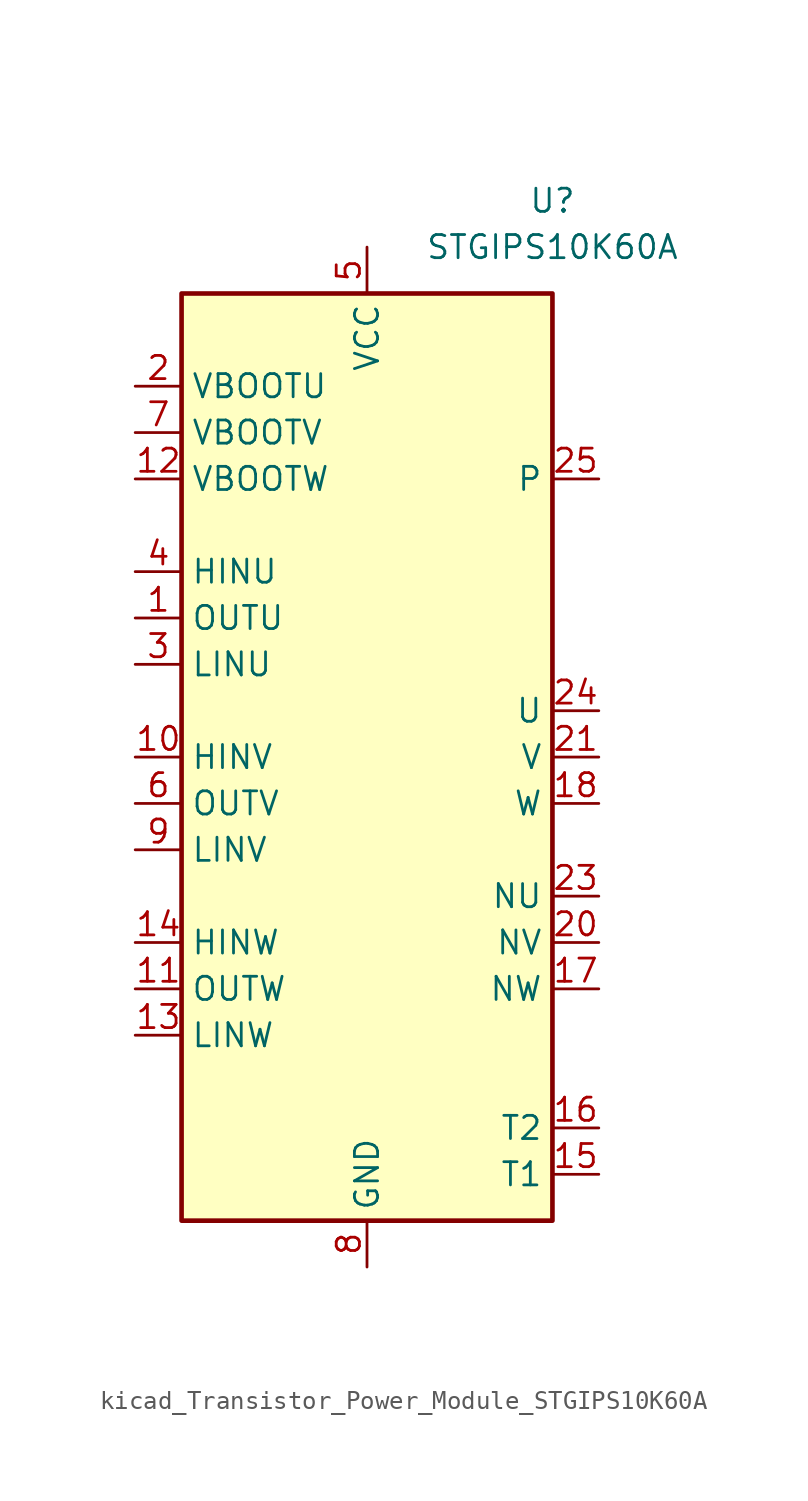
<source format=kicad_sym>
(kicad_symbol_lib
  (version 20220914)
  (generator kicad_symbol_editor)
  (symbol "kicad_Transistor_Power_Module_STGIPS10K60A"
    (property "Reference" "U"
      (at 10.16 30.48 0)
      (effects (font (size 1.27 1.27))))
    (property "Value" "STGIPS10K60A"
      (at 10.16 27.94 0)
      (effects (font (size 1.27 1.27))))
    (symbol "kicad_Transistor_Power_Module_STGIPS10K60A_0_1"
      (rectangle (start -10.16 25.4) (end 10.16 -25.4) (stroke (width 0.254) (type default)) (fill (type background))))
    (symbol "kicad_Transistor_Power_Module_STGIPS10K60A_1_1"
      (pin output line (at -12.7 7.62 0) (length 2.54) (name "OUTU" (effects (font (size 1.27 1.27)))) (number "1" (effects (font (size 1.27 1.27)))))
      (pin input line (at -12.7 0 0) (length 2.54) (name "HINV" (effects (font (size 1.27 1.27)))) (number "10" (effects (font (size 1.27 1.27)))))
      (pin output line (at -12.7 -12.7 0) (length 2.54) (name "OUTW" (effects (font (size 1.27 1.27)))) (number "11" (effects (font (size 1.27 1.27)))))
      (pin passive line (at -12.7 15.24 0) (length 2.54) (name "VBOOTW" (effects (font (size 1.27 1.27)))) (number "12" (effects (font (size 1.27 1.27)))))
      (pin input line (at -12.7 -15.24 0) (length 2.54) (name "LINW" (effects (font (size 1.27 1.27)))) (number "13" (effects (font (size 1.27 1.27)))))
      (pin input line (at -12.7 -10.16 0) (length 2.54) (name "HINW" (effects (font (size 1.27 1.27)))) (number "14" (effects (font (size 1.27 1.27)))))
      (pin passive line (at 12.7 -22.86 180) (length 2.54) (name "T1" (effects (font (size 1.27 1.27)))) (number "15" (effects (font (size 1.27 1.27)))))
      (pin passive line (at 12.7 -20.32 180) (length 2.54) (name "T2" (effects (font (size 1.27 1.27)))) (number "16" (effects (font (size 1.27 1.27)))))
      (pin passive line (at 12.7 -12.7 180) (length 2.54) (name "NW" (effects (font (size 1.27 1.27)))) (number "17" (effects (font (size 1.27 1.27)))))
      (pin passive line (at 12.7 -2.54 180) (length 2.54) (name "W" (effects (font (size 1.27 1.27)))) (number "18" (effects (font (size 1.27 1.27)))))
      (pin passive line (at 12.7 15.24 180) (length 2.54) hide (name "P" (effects (font (size 1.27 1.27)))) (number "19" (effects (font (size 1.27 1.27)))))
      (pin passive line (at -12.7 20.32 0) (length 2.54) (name "VBOOTU" (effects (font (size 1.27 1.27)))) (number "2" (effects (font (size 1.27 1.27)))))
      (pin passive line (at 12.7 -10.16 180) (length 2.54) (name "NV" (effects (font (size 1.27 1.27)))) (number "20" (effects (font (size 1.27 1.27)))))
      (pin passive line (at 12.7 0 180) (length 2.54) (name "V" (effects (font (size 1.27 1.27)))) (number "21" (effects (font (size 1.27 1.27)))))
      (pin passive line (at 12.7 15.24 180) (length 2.54) hide (name "P" (effects (font (size 1.27 1.27)))) (number "22" (effects (font (size 1.27 1.27)))))
      (pin passive line (at 12.7 -7.62 180) (length 2.54) (name "NU" (effects (font (size 1.27 1.27)))) (number "23" (effects (font (size 1.27 1.27)))))
      (pin passive line (at 12.7 2.54 180) (length 2.54) (name "U" (effects (font (size 1.27 1.27)))) (number "24" (effects (font (size 1.27 1.27)))))
      (pin passive line (at 12.7 15.24 180) (length 2.54) (name "P" (effects (font (size 1.27 1.27)))) (number "25" (effects (font (size 1.27 1.27)))))
      (pin input line (at -12.7 5.08 0) (length 2.54) (name "LINU" (effects (font (size 1.27 1.27)))) (number "3" (effects (font (size 1.27 1.27)))))
      (pin input line (at -12.7 10.16 0) (length 2.54) (name "HINU" (effects (font (size 1.27 1.27)))) (number "4" (effects (font (size 1.27 1.27)))))
      (pin power_in line (at 0 27.94 270) (length 2.54) (name "VCC" (effects (font (size 1.27 1.27)))) (number "5" (effects (font (size 1.27 1.27)))))
      (pin output line (at -12.7 -2.54 0) (length 2.54) (name "OUTV" (effects (font (size 1.27 1.27)))) (number "6" (effects (font (size 1.27 1.27)))))
      (pin passive line (at -12.7 17.78 0) (length 2.54) (name "VBOOTV" (effects (font (size 1.27 1.27)))) (number "7" (effects (font (size 1.27 1.27)))))
      (pin power_in line (at 0 -27.94 90) (length 2.54) (name "GND" (effects (font (size 1.27 1.27)))) (number "8" (effects (font (size 1.27 1.27)))))
      (pin input line (at -12.7 -5.08 0) (length 2.54) (name "LINV" (effects (font (size 1.27 1.27)))) (number "9" (effects (font (size 1.27 1.27))))))))
</source>
